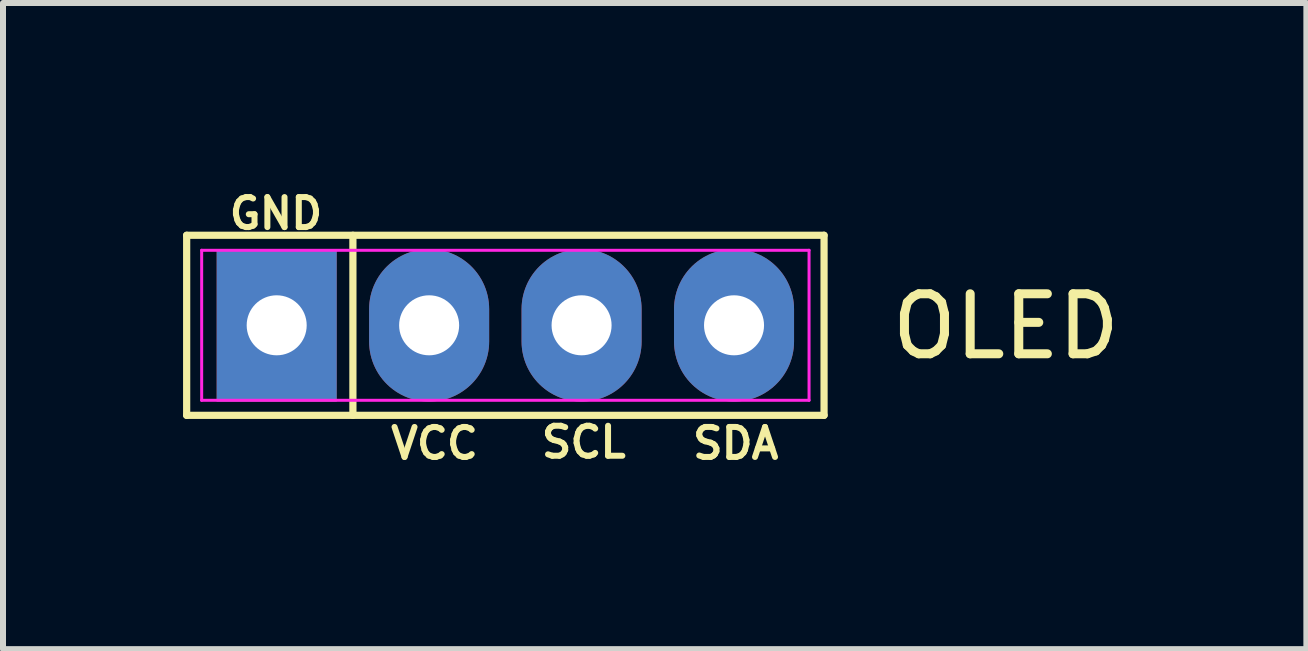
<source format=kicad_pcb>
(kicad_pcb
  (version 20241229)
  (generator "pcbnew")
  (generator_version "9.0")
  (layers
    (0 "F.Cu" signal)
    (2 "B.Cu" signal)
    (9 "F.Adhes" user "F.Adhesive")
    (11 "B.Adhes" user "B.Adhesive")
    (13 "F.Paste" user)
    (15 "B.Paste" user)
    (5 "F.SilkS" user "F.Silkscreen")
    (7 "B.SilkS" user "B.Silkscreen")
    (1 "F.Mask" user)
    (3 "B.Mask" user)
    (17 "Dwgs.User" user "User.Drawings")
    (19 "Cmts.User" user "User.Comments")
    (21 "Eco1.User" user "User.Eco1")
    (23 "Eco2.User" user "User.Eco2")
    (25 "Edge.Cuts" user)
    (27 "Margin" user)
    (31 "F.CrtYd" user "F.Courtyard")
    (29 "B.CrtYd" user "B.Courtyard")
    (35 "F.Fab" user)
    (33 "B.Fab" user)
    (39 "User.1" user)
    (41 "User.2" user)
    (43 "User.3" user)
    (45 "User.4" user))
  (footprint "OLED"
    (layer "F.Cu")
    (at 5.37 2.37)
    (property "Reference" "OLED" (at 8.34 0.02 0) (unlocked yes) (layer "F.SilkS") (effects (font (size 1 1) (thickness 0.15))))
    (attr through_hole)
    (fp_line (start -5.31 -1.5) (end 5.31 -1.5) (stroke (width 0.12) (type default)) (layer "F.SilkS"))
    (fp_line (start -5.31 1.5) (end -5.31 -1.5) (stroke (width 0.12) (type default)) (layer "F.SilkS"))
    (fp_line (start -2.54 -1.5) (end -2.54 1.5) (stroke (width 0.12) (type default)) (layer "F.SilkS"))
    (fp_line (start 5.31 -1.5) (end 5.31 1.5) (stroke (width 0.12) (type default)) (layer "F.SilkS"))
    (fp_line (start 5.31 1.5) (end -5.31 1.5) (stroke (width 0.12) (type default)) (layer "F.SilkS"))
    (fp_line (start -5.06 -1.25) (end 5.06 -1.25) (stroke (width 0.05) (type default)) (layer "F.CrtYd"))
    (fp_line (start -5.06 1.25) (end -5.06 -1.25) (stroke (width 0.05) (type default)) (layer "F.CrtYd"))
    (fp_line (start 5.06 -1.25) (end 5.06 1.25) (stroke (width 0.05) (type default)) (layer "F.CrtYd"))
    (fp_line (start 5.06 1.25) (end -5.06 1.25) (stroke (width 0.05) (type default)) (layer "F.CrtYd"))
    (fp_text user "GND" (at -4.65 -1.57 0) (unlocked yes) (layer "F.SilkS") (effects (font (size 0.5 0.5) (thickness 0.1)) (justify left bottom)))
    (fp_text user "VCC" (at -1.96 2.26 0) (unlocked yes) (layer "F.SilkS") (effects (font (size 0.5 0.5) (thickness 0.1)) (justify left bottom)))
    (fp_text user "SCL" (at 0.55 2.24 0) (unlocked yes) (layer "F.SilkS") (effects (font (size 0.5 0.5) (thickness 0.1)) (justify left bottom)))
    (fp_text user "SDA" (at 3.07 2.26 0) (unlocked yes) (layer "F.SilkS") (effects (font (size 0.5 0.5) (thickness 0.1)) (justify left bottom)))
    (pad "1" thru_hole rect (at -3.81 0) (size 2 2.54) (drill 1) (layers "*.Cu" "*.Mask"))
    (pad "2" thru_hole oval (at -1.27 0) (size 2 2.54) (drill 1) (layers "*.Cu" "*.Mask"))
    (pad "3" thru_hole oval (at 1.27 0) (size 2 2.54) (drill 1) (layers "*.Cu" "*.Mask"))
    (pad "4" thru_hole oval (at 3.81 0) (size 2 2.54) (drill 1) (layers "*.Cu" "*.Mask")))
  (gr_rect
    (start -3 -3)
    (end 18.716 7.766)
    (stroke (width 0.1) (type default))
    (fill no)
    (layer "Edge.Cuts")))
</source>
